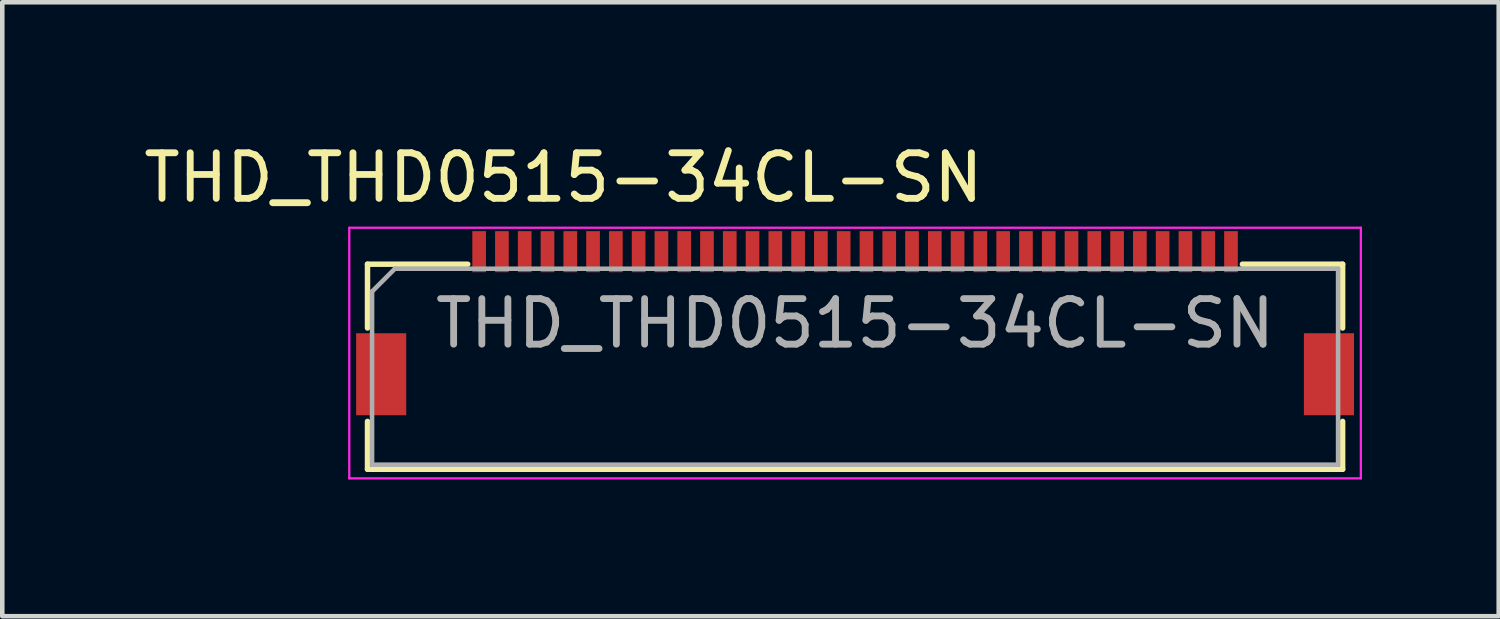
<source format=kicad_pcb>
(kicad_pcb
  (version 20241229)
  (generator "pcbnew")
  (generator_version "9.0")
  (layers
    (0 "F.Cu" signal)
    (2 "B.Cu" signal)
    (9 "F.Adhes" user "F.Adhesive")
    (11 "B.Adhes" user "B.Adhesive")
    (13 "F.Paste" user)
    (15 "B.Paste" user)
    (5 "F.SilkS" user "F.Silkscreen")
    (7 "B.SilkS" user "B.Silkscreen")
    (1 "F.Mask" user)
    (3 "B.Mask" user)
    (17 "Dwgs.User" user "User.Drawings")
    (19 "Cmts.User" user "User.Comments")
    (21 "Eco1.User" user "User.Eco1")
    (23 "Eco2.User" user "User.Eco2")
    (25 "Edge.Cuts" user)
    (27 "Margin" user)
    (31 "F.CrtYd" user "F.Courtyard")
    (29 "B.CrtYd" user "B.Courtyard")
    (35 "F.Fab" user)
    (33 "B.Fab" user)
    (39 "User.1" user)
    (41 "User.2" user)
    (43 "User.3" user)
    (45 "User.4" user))
  (footprint "THD_THD0515-34CL-SN"
    (layer "F.Cu")
    (at 15.715 4.048)
    (property "Reference" "THD_THD0515-34CL-SN" (at -6.4 -3.2 0) (layer "F.SilkS") (effects (font (size 1 1) (thickness 0.15))))
    (attr smd)
    (fp_line (start -10.7 -1.3) (end -10.7 0.1) (stroke (width 0.12) (type solid)) (layer "F.SilkS"))
    (fp_line (start -10.7 -1.3) (end -8.5 -1.3) (stroke (width 0.12) (type solid)) (layer "F.SilkS"))
    (fp_line (start -10.7 2.15) (end -10.7 3.2) (stroke (width 0.12) (type solid)) (layer "F.SilkS"))
    (fp_line (start -10.7 3.2) (end 10.7 3.2) (stroke (width 0.12) (type solid)) (layer "F.SilkS"))
    (fp_line (start 10.7 -1.3) (end 8.5 -1.3) (stroke (width 0.12) (type solid)) (layer "F.SilkS"))
    (fp_line (start 10.7 -1.3) (end 10.7 0.1) (stroke (width 0.12) (type solid)) (layer "F.SilkS"))
    (fp_line (start 10.7 2.15) (end 10.7 3.2) (stroke (width 0.12) (type solid)) (layer "F.SilkS"))
    (fp_line (start -11.1 -2.1) (end -11.1 3.4) (stroke (width 0.05) (type solid)) (layer "F.CrtYd"))
    (fp_line (start -11.1 -2.1) (end 11.1 -2.1) (stroke (width 0.05) (type solid)) (layer "F.CrtYd"))
    (fp_line (start -11.1 3.4) (end 11.1 3.4) (stroke (width 0.05) (type solid)) (layer "F.CrtYd"))
    (fp_line (start 11.1 -2.1) (end 11.1 3.4) (stroke (width 0.05) (type solid)) (layer "F.CrtYd"))
    (fp_line (start -10.6 -0.7) (end -10.6 3.1) (stroke (width 0.1) (type solid)) (layer "F.Fab"))
    (fp_line (start -10.6 -0.7) (end -10.1 -1.2) (stroke (width 0.1) (type solid)) (layer "F.Fab"))
    (fp_line (start -10.6 3.1) (end 10.6 3.1) (stroke (width 0.1) (type solid)) (layer "F.Fab"))
    (fp_line (start 10.6 -1.2) (end -10.1 -1.2) (stroke (width 0.1) (type solid)) (layer "F.Fab"))
    (fp_line (start 10.6 3.1) (end 10.6 -1.2) (stroke (width 0.1) (type solid)) (layer "F.Fab"))
    (fp_text user "${REFERENCE}" (at 0 0 0) (layer "F.Fab") (effects (font (size 1 1) (thickness 0.15))))
    (pad "1" smd rect (at -8.25 -1.575) (size 0.3 0.9) (layers "F.Cu" "F.Mask" "F.Paste"))
    (pad "2" smd rect (at -7.75 -1.575) (size 0.3 0.9) (layers "F.Cu" "F.Mask" "F.Paste"))
    (pad "3" smd rect (at -7.25 -1.575) (size 0.3 0.9) (layers "F.Cu" "F.Mask" "F.Paste"))
    (pad "4" smd rect (at -6.75 -1.575) (size 0.3 0.9) (layers "F.Cu" "F.Mask" "F.Paste"))
    (pad "5" smd rect (at -6.25 -1.575) (size 0.3 0.9) (layers "F.Cu" "F.Mask" "F.Paste"))
    (pad "6" smd rect (at -5.75 -1.575) (size 0.3 0.9) (layers "F.Cu" "F.Mask" "F.Paste"))
    (pad "7" smd rect (at -5.25 -1.575) (size 0.3 0.9) (layers "F.Cu" "F.Mask" "F.Paste"))
    (pad "8" smd rect (at -4.75 -1.575) (size 0.3 0.9) (layers "F.Cu" "F.Mask" "F.Paste"))
    (pad "9" smd rect (at -4.25 -1.575) (size 0.3 0.9) (layers "F.Cu" "F.Mask" "F.Paste"))
    (pad "10" smd rect (at -3.75 -1.575) (size 0.3 0.9) (layers "F.Cu" "F.Mask" "F.Paste"))
    (pad "11" smd rect (at -3.25 -1.575) (size 0.3 0.9) (layers "F.Cu" "F.Mask" "F.Paste"))
    (pad "12" smd rect (at -2.75 -1.575) (size 0.3 0.9) (layers "F.Cu" "F.Mask" "F.Paste"))
    (pad "13" smd rect (at -2.25 -1.575) (size 0.3 0.9) (layers "F.Cu" "F.Mask" "F.Paste"))
    (pad "14" smd rect (at -1.75 -1.575) (size 0.3 0.9) (layers "F.Cu" "F.Mask" "F.Paste"))
    (pad "15" smd rect (at -1.25 -1.575) (size 0.3 0.9) (layers "F.Cu" "F.Mask" "F.Paste"))
    (pad "16" smd rect (at -0.75 -1.575) (size 0.3 0.9) (layers "F.Cu" "F.Mask" "F.Paste"))
    (pad "17" smd rect (at -0.25 -1.575) (size 0.3 0.9) (layers "F.Cu" "F.Mask" "F.Paste"))
    (pad "18" smd rect (at 0.25 -1.575) (size 0.3 0.9) (layers "F.Cu" "F.Mask" "F.Paste"))
    (pad "19" smd rect (at 0.75 -1.575) (size 0.3 0.9) (layers "F.Cu" "F.Mask" "F.Paste"))
    (pad "20" smd rect (at 1.25 -1.575) (size 0.3 0.9) (layers "F.Cu" "F.Mask" "F.Paste"))
    (pad "21" smd rect (at 1.75 -1.575) (size 0.3 0.9) (layers "F.Cu" "F.Mask" "F.Paste"))
    (pad "22" smd rect (at 2.25 -1.575) (size 0.3 0.9) (layers "F.Cu" "F.Mask" "F.Paste"))
    (pad "23" smd rect (at 2.75 -1.575) (size 0.3 0.9) (layers "F.Cu" "F.Mask" "F.Paste"))
    (pad "24" smd rect (at 3.25 -1.575) (size 0.3 0.9) (layers "F.Cu" "F.Mask" "F.Paste"))
    (pad "25" smd rect (at 3.75 -1.575) (size 0.3 0.9) (layers "F.Cu" "F.Mask" "F.Paste"))
    (pad "26" smd rect (at 4.25 -1.575) (size 0.3 0.9) (layers "F.Cu" "F.Mask" "F.Paste"))
    (pad "27" smd rect (at 4.75 -1.575) (size 0.3 0.9) (layers "F.Cu" "F.Mask" "F.Paste"))
    (pad "28" smd rect (at 5.25 -1.575) (size 0.3 0.9) (layers "F.Cu" "F.Mask" "F.Paste"))
    (pad "29" smd rect (at 5.75 -1.575) (size 0.3 0.9) (layers "F.Cu" "F.Mask" "F.Paste"))
    (pad "30" smd rect (at 6.25 -1.575) (size 0.3 0.9) (layers "F.Cu" "F.Mask" "F.Paste"))
    (pad "31" smd rect (at 6.75 -1.575) (size 0.3 0.9) (layers "F.Cu" "F.Mask" "F.Paste"))
    (pad "32" smd rect (at 7.25 -1.575) (size 0.3 0.9) (layers "F.Cu" "F.Mask" "F.Paste"))
    (pad "33" smd rect (at 7.75 -1.575) (size 0.3 0.9) (layers "F.Cu" "F.Mask" "F.Paste"))
    (pad "34" smd rect (at 8.25 -1.575) (size 0.3 0.9) (layers "F.Cu" "F.Mask" "F.Paste"))
    (pad "MP" smd rect (at -10.4 1.115) (size 1.1 1.8) (layers "F.Cu" "F.Mask" "F.Paste"))
    (pad "MP" smd rect (at 10.4 1.115) (size 1.1 1.8) (layers "F.Cu" "F.Mask" "F.Paste")))
  (gr_rect
    (start -3 -3)
    (end 29.84 10.473)
    (stroke (width 0.1) (type default))
    (fill no)
    (layer "Edge.Cuts")))
</source>
